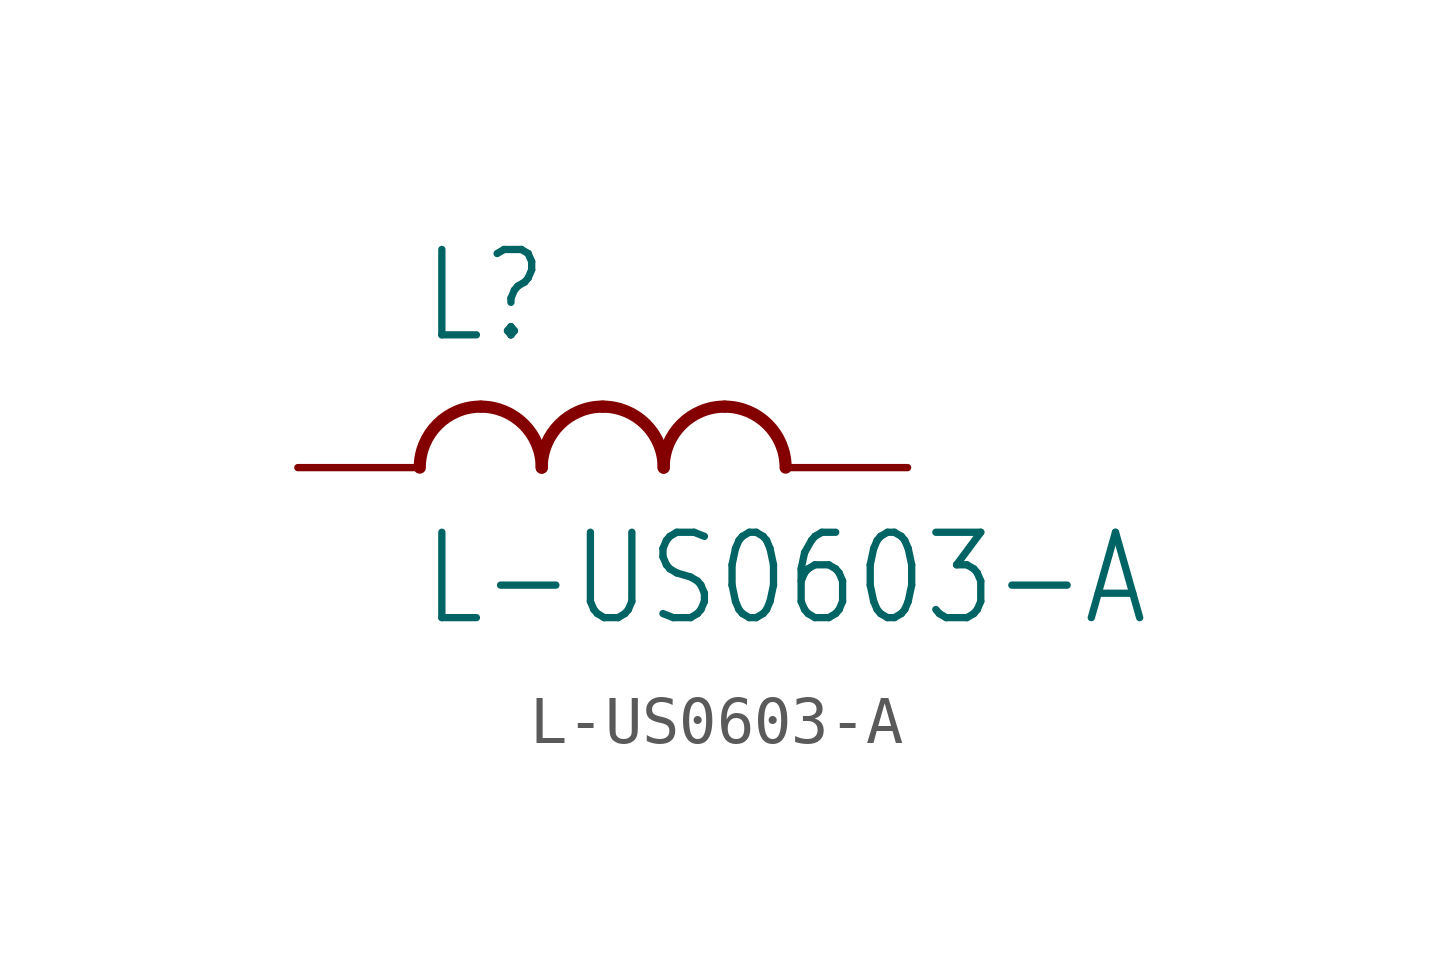
<source format=kicad_sym>
(kicad_symbol_lib
  (version 20211014)
  (generator kicad_symbol_editor)
  (symbol "L-US0603-A"
    (property "Reference" "L"
      (at -5.08 2.54 0)
      (effects (font (size 1.778 1.511)) (justify left bottom)))
    (property "Value" "L-US0603-A"
      (at -5.08 -1.27 0)
      (effects (font (size 1.778 1.511)) (justify left top)))
    (property "ki_locked" ""
      (at 0 0 0)
      (effects (font (size 1.27 1.27))))
    (symbol "L-US0603-A_1_0"
      (arc (start -3.81 1.27) (mid -4.708 0.898) (end -5.08 0) (stroke (width 0.254) (type default) (color 0 0 0 0)) (fill (type none)))
      (arc (start -2.54 0) (mid -2.912 0.898) (end -3.81 1.27) (stroke (width 0.254) (type default) (color 0 0 0 0)) (fill (type none)))
      (arc (start -1.27 1.27) (mid -2.168 0.898) (end -2.54 0) (stroke (width 0.254) (type default) (color 0 0 0 0)) (fill (type none)))
      (arc (start 0 0) (mid -0.372 0.898) (end -1.27 1.27) (stroke (width 0.254) (type default) (color 0 0 0 0)) (fill (type none)))
      (arc (start 1.27 1.27) (mid 0.372 0.898) (end 0 0) (stroke (width 0.254) (type default) (color 0 0 0 0)) (fill (type none)))
      (arc (start 2.54 0) (mid 2.168 0.898) (end 1.27 1.27) (stroke (width 0.254) (type default) (color 0 0 0 0)) (fill (type none)))
      (pin passive line (at -7.62 0 0) (length 2.54) (name "1" (effects (font (size 0 0)))) (number "1" (effects (font (size 0 0)))))
      (pin passive line (at 5.08 0 180) (length 2.54) (name "2" (effects (font (size 0 0)))) (number "2" (effects (font (size 0 0))))))))
</source>
